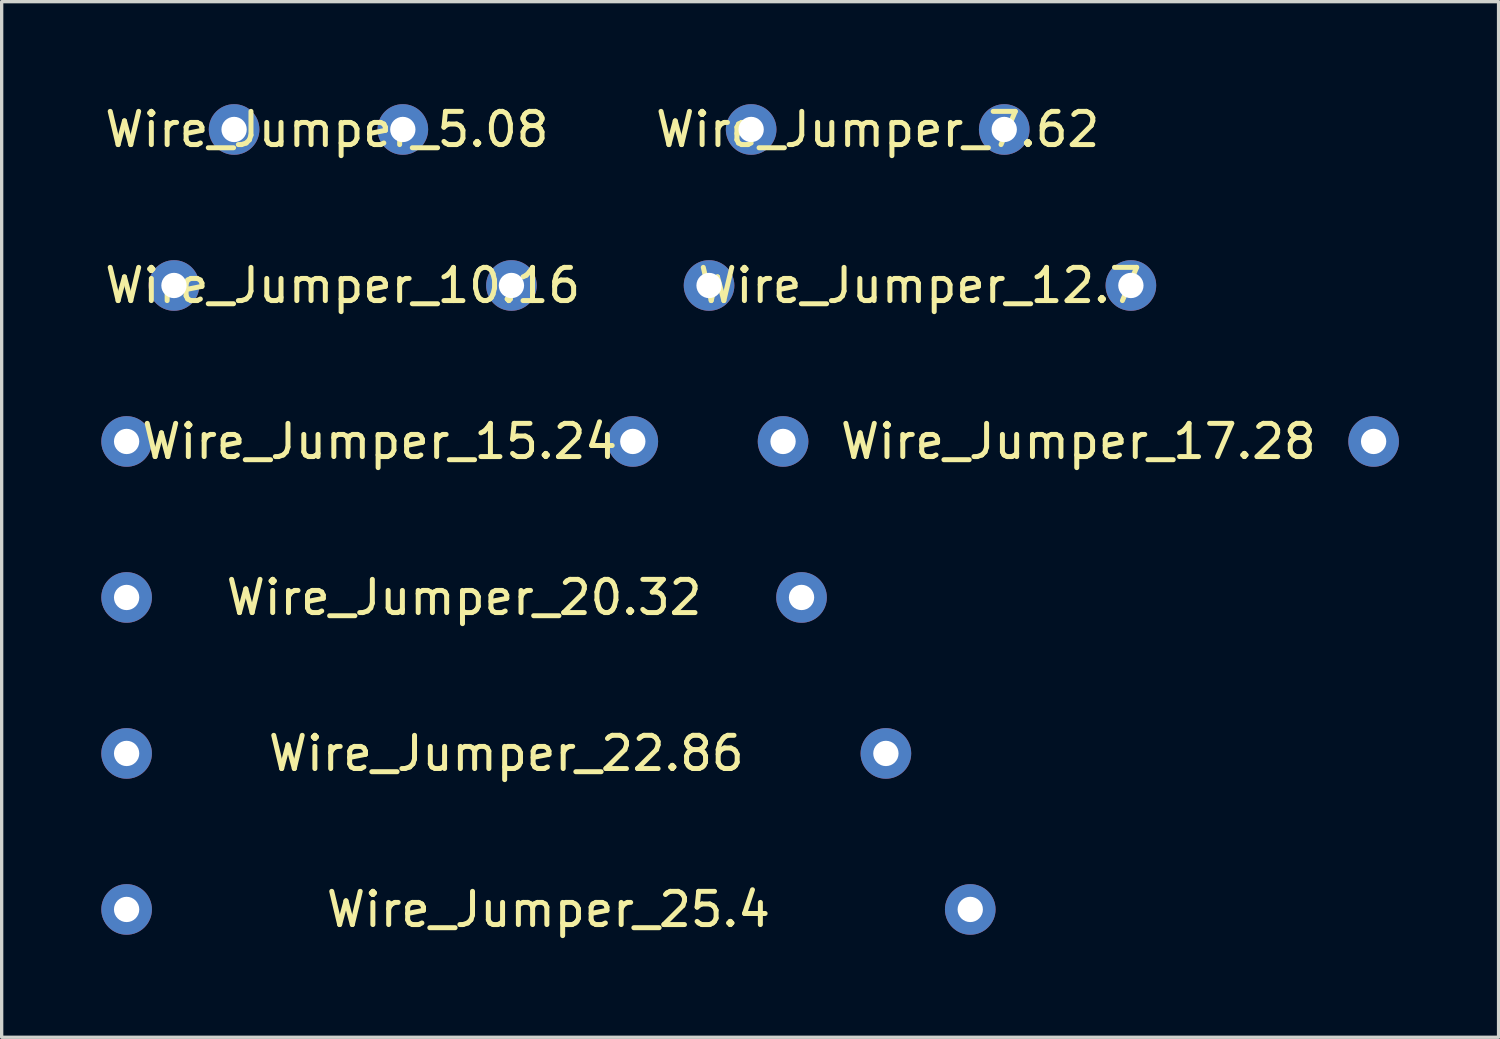
<source format=kicad_pcb>
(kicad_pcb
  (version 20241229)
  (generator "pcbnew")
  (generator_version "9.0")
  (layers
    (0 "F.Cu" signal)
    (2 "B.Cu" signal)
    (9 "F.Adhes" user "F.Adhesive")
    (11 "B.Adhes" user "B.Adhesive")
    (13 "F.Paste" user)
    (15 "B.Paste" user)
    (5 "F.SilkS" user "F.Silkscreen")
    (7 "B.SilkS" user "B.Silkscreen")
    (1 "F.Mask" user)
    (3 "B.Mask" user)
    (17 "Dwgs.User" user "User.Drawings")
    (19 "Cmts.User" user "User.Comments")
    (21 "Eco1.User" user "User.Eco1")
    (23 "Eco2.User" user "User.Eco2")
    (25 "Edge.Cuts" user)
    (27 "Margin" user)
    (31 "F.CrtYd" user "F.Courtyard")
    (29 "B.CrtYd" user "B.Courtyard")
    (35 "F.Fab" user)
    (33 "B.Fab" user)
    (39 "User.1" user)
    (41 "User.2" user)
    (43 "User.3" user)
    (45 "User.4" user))
  (footprint "Wire_Jumper_10.16"
    (layer "F.Cu")
    (at 2.188 5.545)
    (property "Reference" "Wire_Jumper_10.16" (at 5.08 0 0) (layer "F.SilkS") (effects (font (size 1 1) (thickness 0.15))))
    (attr through_hole)
    (pad "1" thru_hole circle (at 0 0) (size 1.524 1.524) (drill 0.762) (layers "*.Cu" "*.Mask"))
    (pad "2" thru_hole circle (at 10.16 0) (size 1.524 1.524) (drill 0.762) (layers "*.Cu" "*.Mask")))
  (footprint "Wire_Jumper_5.08"
    (layer "F.Cu")
    (at 3.998 0.848)
    (property "Reference" "Wire_Jumper_5.08" (at 2.794 0 0) (layer "F.SilkS") (effects (font (size 1 1) (thickness 0.15))))
    (attr through_hole)
    (pad "1" thru_hole circle (at 0 0) (size 1.524 1.524) (drill 0.762) (layers "*.Cu" "*.Mask"))
    (pad "2" thru_hole circle (at 5.08 0) (size 1.524 1.524) (drill 0.762) (layers "*.Cu" "*.Mask")))
  (footprint "Wire_Jumper_17.28"
    (layer "F.Cu")
    (at 20.526 10.241)
    (property "Reference" "Wire_Jumper_17.28" (at 8.89 0 0) (layer "F.SilkS") (effects (font (size 1 1) (thickness 0.15))))
    (attr through_hole)
    (pad "1" thru_hole circle (at 0 0) (size 1.524 1.524) (drill 0.762) (layers "*.Cu" "*.Mask"))
    (pad "2" thru_hole circle (at 17.78 0) (size 1.524 1.524) (drill 0.762) (layers "*.Cu" "*.Mask")))
  (footprint "Wire_Jumper_20.32"
    (layer "F.Cu")
    (at 0.762 14.938)
    (property "Reference" "Wire_Jumper_20.32" (at 10.16 0 0) (layer "F.SilkS") (effects (font (size 1 1) (thickness 0.15))))
    (attr through_hole)
    (pad "1" thru_hole circle (at 0 0) (size 1.524 1.524) (drill 0.762) (layers "*.Cu" "*.Mask"))
    (pad "2" thru_hole circle (at 20.32 0) (size 1.524 1.524) (drill 0.762) (layers "*.Cu" "*.Mask")))
  (footprint "Wire_Jumper_22.86"
    (layer "F.Cu")
    (at 0.762 19.634)
    (property "Reference" "Wire_Jumper_22.86" (at 11.43 0 0) (layer "F.SilkS") (effects (font (size 1 1) (thickness 0.15))))
    (attr through_hole)
    (pad "1" thru_hole circle (at 0 0) (size 1.524 1.524) (drill 0.762) (layers "*.Cu" "*.Mask"))
    (pad "2" thru_hole circle (at 22.86 0) (size 1.524 1.524) (drill 0.762) (layers "*.Cu" "*.Mask")))
  (footprint "Wire_Jumper_25.4"
    (layer "F.Cu")
    (at 0.762 24.331)
    (property "Reference" "Wire_Jumper_25.4" (at 12.7 0 0) (layer "F.SilkS") (effects (font (size 1 1) (thickness 0.15))))
    (attr through_hole)
    (pad "1" thru_hole circle (at 0 0) (size 1.524 1.524) (drill 0.762) (layers "*.Cu" "*.Mask"))
    (pad "2" thru_hole circle (at 25.4 0) (size 1.524 1.524) (drill 0.762) (layers "*.Cu" "*.Mask")))
  (footprint "Wire_Jumper_12.7"
    (layer "F.Cu")
    (at 18.298 5.545)
    (property "Reference" "Wire_Jumper_12.7" (at 6.35 0 0) (layer "F.SilkS") (effects (font (size 1 1) (thickness 0.15))))
    (attr through_hole)
    (pad "1" thru_hole circle (at 0 0) (size 1.524 1.524) (drill 0.762) (layers "*.Cu" "*.Mask"))
    (pad "2" thru_hole circle (at 12.7 0) (size 1.524 1.524) (drill 0.762) (layers "*.Cu" "*.Mask")))
  (footprint "Wire_Jumper_15.24"
    (layer "F.Cu")
    (at 0.762 10.241)
    (property "Reference" "Wire_Jumper_15.24" (at 7.62 0 0) (layer "F.SilkS") (effects (font (size 1 1) (thickness 0.15))))
    (attr through_hole)
    (pad "1" thru_hole circle (at 0 0) (size 1.524 1.524) (drill 0.762) (layers "*.Cu" "*.Mask"))
    (pad "2" thru_hole circle (at 15.24 0) (size 1.524 1.524) (drill 0.762) (layers "*.Cu" "*.Mask")))
  (footprint "Wire_Jumper_7.62"
    (layer "F.Cu")
    (at 19.565 0.848)
    (property "Reference" "Wire_Jumper_7.62" (at 3.81 0 0) (layer "F.SilkS") (effects (font (size 1 1) (thickness 0.15))))
    (attr through_hole)
    (pad "1" thru_hole circle (at 0 0) (size 1.524 1.524) (drill 0.762) (layers "*.Cu" "*.Mask"))
    (pad "2" thru_hole circle (at 7.62 0) (size 1.524 1.524) (drill 0.762) (layers "*.Cu" "*.Mask")))
  (gr_rect
    (start -3 -3)
    (end 42.068 28.179)
    (stroke (width 0.1) (type default))
    (fill no)
    (layer "Edge.Cuts")))
</source>
